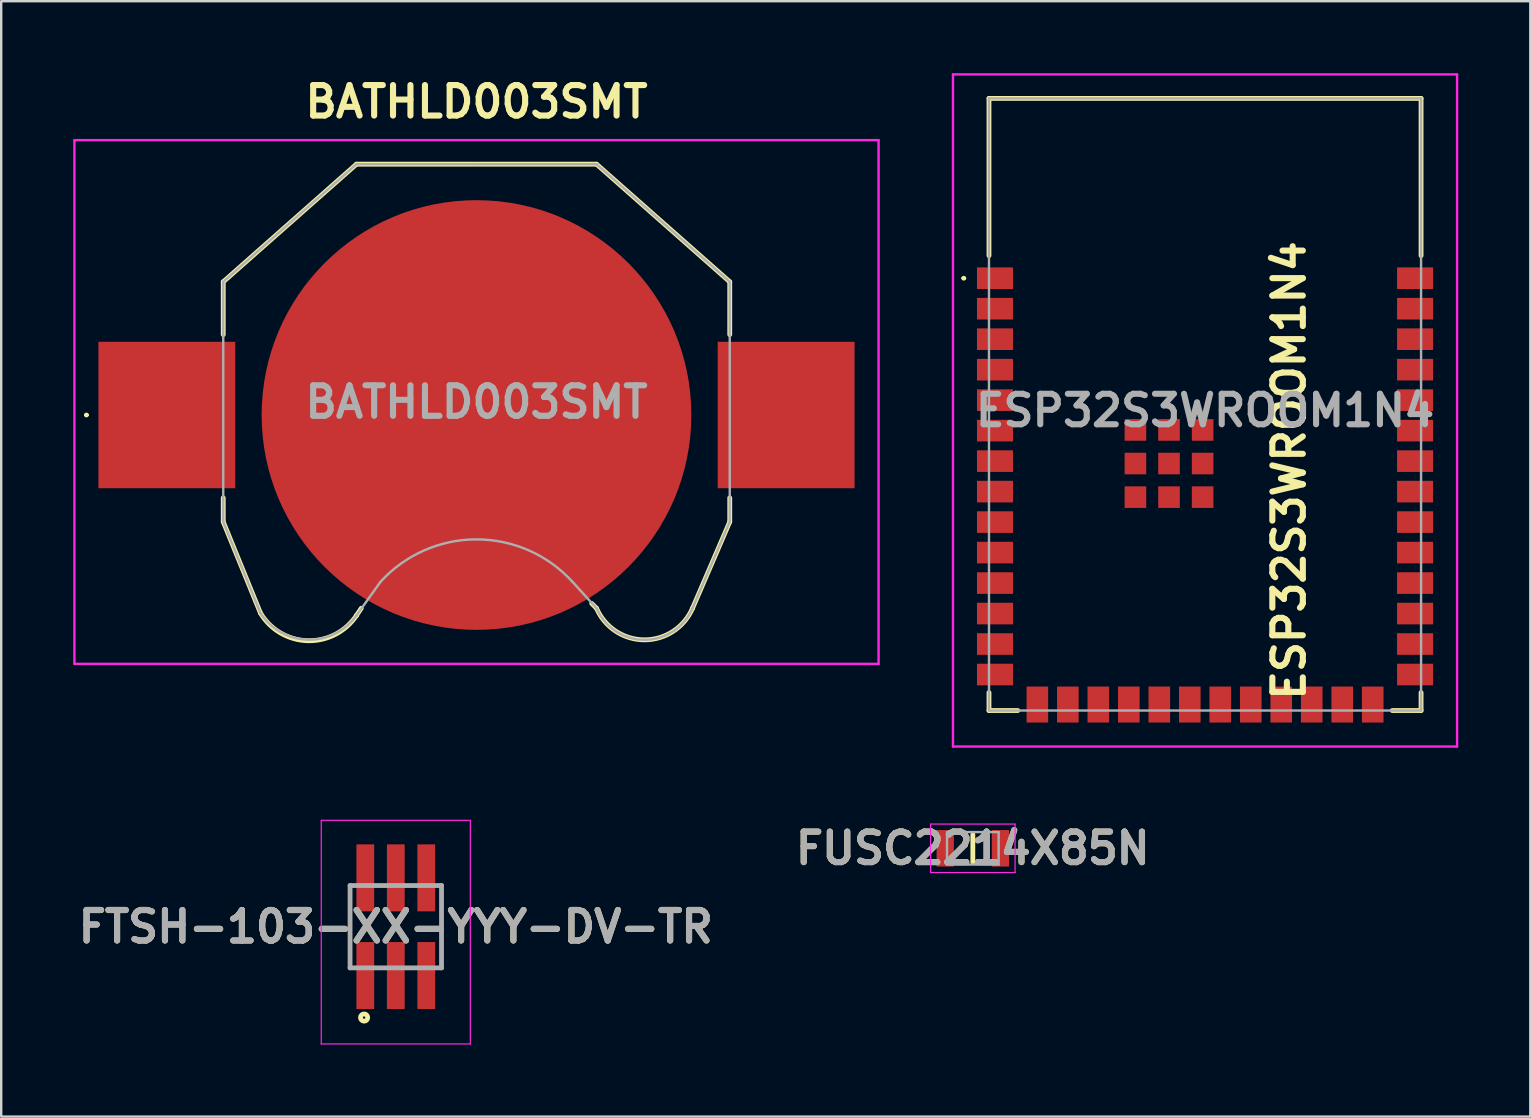
<source format=kicad_pcb>
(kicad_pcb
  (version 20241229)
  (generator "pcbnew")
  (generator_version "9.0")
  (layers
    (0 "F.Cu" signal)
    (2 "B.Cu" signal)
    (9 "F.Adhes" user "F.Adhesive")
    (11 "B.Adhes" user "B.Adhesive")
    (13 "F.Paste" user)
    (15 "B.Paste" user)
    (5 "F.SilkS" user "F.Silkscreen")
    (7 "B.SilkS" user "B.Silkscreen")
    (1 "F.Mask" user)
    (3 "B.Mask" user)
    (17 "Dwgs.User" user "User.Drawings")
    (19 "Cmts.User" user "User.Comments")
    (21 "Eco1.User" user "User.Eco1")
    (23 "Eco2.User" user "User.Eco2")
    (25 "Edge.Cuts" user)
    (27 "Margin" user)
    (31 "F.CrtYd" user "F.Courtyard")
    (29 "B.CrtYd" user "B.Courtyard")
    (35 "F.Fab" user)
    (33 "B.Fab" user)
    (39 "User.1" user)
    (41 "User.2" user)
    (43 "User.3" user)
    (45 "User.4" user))
  (footprint "ESP32S3WROOM1N4"
    (layer "F.Cu")
    (at 47.15 14.05)
    (property "Reference" "ESP32S3WROOM1N4" (at 3.5 2.5 90) (layer "F.SilkS") (effects (font (size 1.27 1.27) (thickness 0.254))))
    (attr smd)
    (fp_line (start -10.1 -5.51) (end -10.1 -5.51) (stroke (width 0.1) (type solid)) (layer "F.SilkS"))
    (fp_line (start -10 -5.51) (end -10 -5.51) (stroke (width 0.1) (type solid)) (layer "F.SilkS"))
    (fp_line (start -9 -13) (end -9 -6.45) (stroke (width 0.2) (type solid)) (layer "F.SilkS"))
    (fp_line (start -9 11.75) (end -9 12.5) (stroke (width 0.2) (type solid)) (layer "F.SilkS"))
    (fp_line (start -9 12.5) (end -7.8 12.5) (stroke (width 0.2) (type solid)) (layer "F.SilkS"))
    (fp_line (start 7.8 12.5) (end 9 12.5) (stroke (width 0.2) (type solid)) (layer "F.SilkS"))
    (fp_line (start 9 -13) (end -9 -13) (stroke (width 0.2) (type solid)) (layer "F.SilkS"))
    (fp_line (start 9 -6.45) (end 9 -13) (stroke (width 0.2) (type solid)) (layer "F.SilkS"))
    (fp_line (start 9 12.5) (end 9 11.75) (stroke (width 0.2) (type solid)) (layer "F.SilkS"))
    (fp_arc (start -10.1 -5.51) (mid -10.05 -5.56) (end -10 -5.51) (stroke (width 0.1) (type solid)) (layer "F.SilkS"))
    (fp_arc (start -10 -5.51) (mid -10.05 -5.46) (end -10.1 -5.51) (stroke (width 0.1) (type solid)) (layer "F.SilkS"))
    (fp_line (start -10.5 -14) (end 10.5 -14) (stroke (width 0.1) (type solid)) (layer "F.CrtYd"))
    (fp_line (start -10.5 14) (end -10.5 -14) (stroke (width 0.1) (type solid)) (layer "F.CrtYd"))
    (fp_line (start 10.5 -14) (end 10.5 14) (stroke (width 0.1) (type solid)) (layer "F.CrtYd"))
    (fp_line (start 10.5 14) (end -10.5 14) (stroke (width 0.1) (type solid)) (layer "F.CrtYd"))
    (fp_line (start -9 -13) (end 9 -13) (stroke (width 0.1) (type solid)) (layer "F.Fab"))
    (fp_line (start -9 12.5) (end -9 -13) (stroke (width 0.1) (type solid)) (layer "F.Fab"))
    (fp_line (start 9 -13) (end 9 12.5) (stroke (width 0.1) (type solid)) (layer "F.Fab"))
    (fp_line (start 9 12.5) (end -9 12.5) (stroke (width 0.1) (type solid)) (layer "F.Fab"))
    (fp_text user "${REFERENCE}" (at 0 0 0) (layer "F.Fab") (effects (font (size 1.27 1.27) (thickness 0.254))))
    (pad "1" smd rect (at -8.75 -5.51 90) (size 0.9 1.5) (layers "F.Cu" "F.Mask" "F.Paste"))
    (pad "2" smd rect (at -8.75 -4.24 90) (size 0.9 1.5) (layers "F.Cu" "F.Mask" "F.Paste"))
    (pad "3" smd rect (at -8.75 -2.97 90) (size 0.9 1.5) (layers "F.Cu" "F.Mask" "F.Paste"))
    (pad "4" smd rect (at -8.75 -1.7 90) (size 0.9 1.5) (layers "F.Cu" "F.Mask" "F.Paste"))
    (pad "5" smd rect (at -8.75 -0.43 90) (size 0.9 1.5) (layers "F.Cu" "F.Mask" "F.Paste"))
    (pad "6" smd rect (at -8.75 0.84 90) (size 0.9 1.5) (layers "F.Cu" "F.Mask" "F.Paste"))
    (pad "7" smd rect (at -8.75 2.11 90) (size 0.9 1.5) (layers "F.Cu" "F.Mask" "F.Paste"))
    (pad "8" smd rect (at -8.75 3.38 90) (size 0.9 1.5) (layers "F.Cu" "F.Mask" "F.Paste"))
    (pad "9" smd rect (at -8.75 4.65 90) (size 0.9 1.5) (layers "F.Cu" "F.Mask" "F.Paste"))
    (pad "10" smd rect (at -8.75 5.92 90) (size 0.9 1.5) (layers "F.Cu" "F.Mask" "F.Paste"))
    (pad "11" smd rect (at -8.75 7.19 90) (size 0.9 1.5) (layers "F.Cu" "F.Mask" "F.Paste"))
    (pad "12" smd rect (at -8.75 8.46 90) (size 0.9 1.5) (layers "F.Cu" "F.Mask" "F.Paste"))
    (pad "13" smd rect (at -8.75 9.73 90) (size 0.9 1.5) (layers "F.Cu" "F.Mask" "F.Paste"))
    (pad "14" smd rect (at -8.75 11 90) (size 0.9 1.5) (layers "F.Cu" "F.Mask" "F.Paste"))
    (pad "15" smd rect (at -6.985 12.25) (size 0.9 1.5) (layers "F.Cu" "F.Mask" "F.Paste"))
    (pad "16" smd rect (at -5.715 12.25) (size 0.9 1.5) (layers "F.Cu" "F.Mask" "F.Paste"))
    (pad "17" smd rect (at -4.445 12.25) (size 0.9 1.5) (layers "F.Cu" "F.Mask" "F.Paste"))
    (pad "18" smd rect (at -3.175 12.25) (size 0.9 1.5) (layers "F.Cu" "F.Mask" "F.Paste"))
    (pad "19" smd rect (at -1.905 12.25) (size 0.9 1.5) (layers "F.Cu" "F.Mask" "F.Paste"))
    (pad "20" smd rect (at -0.635 12.25) (size 0.9 1.5) (layers "F.Cu" "F.Mask" "F.Paste"))
    (pad "21" smd rect (at 0.635 12.25) (size 0.9 1.5) (layers "F.Cu" "F.Mask" "F.Paste"))
    (pad "22" smd rect (at 1.905 12.25) (size 0.9 1.5) (layers "F.Cu" "F.Mask" "F.Paste"))
    (pad "23" smd rect (at 3.175 12.25) (size 0.9 1.5) (layers "F.Cu" "F.Mask" "F.Paste"))
    (pad "24" smd rect (at 4.445 12.25) (size 0.9 1.5) (layers "F.Cu" "F.Mask" "F.Paste"))
    (pad "25" smd rect (at 5.715 12.25) (size 0.9 1.5) (layers "F.Cu" "F.Mask" "F.Paste"))
    (pad "26" smd rect (at 6.985 12.25) (size 0.9 1.5) (layers "F.Cu" "F.Mask" "F.Paste"))
    (pad "27" smd rect (at 8.75 11 90) (size 0.9 1.5) (layers "F.Cu" "F.Mask" "F.Paste"))
    (pad "28" smd rect (at 8.75 9.73 90) (size 0.9 1.5) (layers "F.Cu" "F.Mask" "F.Paste"))
    (pad "29" smd rect (at 8.75 8.46 90) (size 0.9 1.5) (layers "F.Cu" "F.Mask" "F.Paste"))
    (pad "30" smd rect (at 8.75 7.19 90) (size 0.9 1.5) (layers "F.Cu" "F.Mask" "F.Paste"))
    (pad "31" smd rect (at 8.75 5.92 90) (size 0.9 1.5) (layers "F.Cu" "F.Mask" "F.Paste"))
    (pad "32" smd rect (at 8.75 4.65 90) (size 0.9 1.5) (layers "F.Cu" "F.Mask" "F.Paste"))
    (pad "33" smd rect (at 8.75 3.38 90) (size 0.9 1.5) (layers "F.Cu" "F.Mask" "F.Paste"))
    (pad "34" smd rect (at 8.75 2.11 90) (size 0.9 1.5) (layers "F.Cu" "F.Mask" "F.Paste"))
    (pad "35" smd rect (at 8.75 0.84 90) (size 0.9 1.5) (layers "F.Cu" "F.Mask" "F.Paste"))
    (pad "36" smd rect (at 8.75 -0.43 90) (size 0.9 1.5) (layers "F.Cu" "F.Mask" "F.Paste"))
    (pad "37" smd rect (at 8.75 -1.7 90) (size 0.9 1.5) (layers "F.Cu" "F.Mask" "F.Paste"))
    (pad "38" smd rect (at 8.75 -2.97 90) (size 0.9 1.5) (layers "F.Cu" "F.Mask" "F.Paste"))
    (pad "39" smd rect (at 8.75 -4.24 90) (size 0.9 1.5) (layers "F.Cu" "F.Mask" "F.Paste"))
    (pad "40" smd rect (at 8.75 -5.51 90) (size 0.9 1.5) (layers "F.Cu" "F.Mask" "F.Paste"))
    (pad "41" smd rect (at -1.5 2.21) (size 0.9 0.9) (layers "F.Cu" "F.Mask" "F.Paste"))
    (pad "42" smd rect (at -0.1 2.21) (size 0.9 0.9) (layers "F.Cu" "F.Mask" "F.Paste"))
    (pad "43" smd rect (at -0.1 0.81) (size 0.9 0.9) (layers "F.Cu" "F.Mask" "F.Paste"))
    (pad "44" smd rect (at -1.5 0.81) (size 0.9 0.9) (layers "F.Cu" "F.Mask" "F.Paste"))
    (pad "45" smd rect (at -2.9 0.81) (size 0.9 0.9) (layers "F.Cu" "F.Mask" "F.Paste"))
    (pad "46" smd rect (at -2.9 2.21) (size 0.9 0.9) (layers "F.Cu" "F.Mask" "F.Paste"))
    (pad "47" smd rect (at -2.9 3.61) (size 0.9 0.9) (layers "F.Cu" "F.Mask" "F.Paste"))
    (pad "48" smd rect (at -1.5 3.61) (size 0.9 0.9) (layers "F.Cu" "F.Mask" "F.Paste"))
    (pad "49" smd rect (at -0.1 3.61) (size 0.9 0.9) (layers "F.Cu" "F.Mask" "F.Paste")))
  (footprint "FTSH-103-XX-YYY-DV-TR"
    (layer "F.Cu")
    (at 13.438 35.555)
    (property "Reference" "FTSH-103-XX-YYY-DV-TR" (at 0 0 0) (layer "F.SilkS") (effects (font (size 1.27 1.27) (thickness 0.254))))
    (attr smd)
    (fp_line (start -1.905 1.715) (end -1.905 -1.715) (stroke (width 0.1) (type solid)) (layer "F.SilkS"))
    (fp_line (start 1.905 -1.715) (end 1.905 1.715) (stroke (width 0.1) (type solid)) (layer "F.SilkS"))
    (fp_circle (center -1.32 3.785) (end -1.32 3.835) (stroke (width 0.2) (type solid)) (fill no) (layer "F.SilkS"))
    (fp_line (start -3.105 -4.43) (end 3.105 -4.43) (stroke (width 0.05) (type solid)) (layer "F.CrtYd"))
    (fp_line (start -3.105 4.885) (end -3.105 -4.43) (stroke (width 0.05) (type solid)) (layer "F.CrtYd"))
    (fp_line (start 3.105 -4.43) (end 3.105 4.885) (stroke (width 0.05) (type solid)) (layer "F.CrtYd"))
    (fp_line (start 3.105 4.885) (end -3.105 4.885) (stroke (width 0.05) (type solid)) (layer "F.CrtYd"))
    (fp_line (start -1.905 -1.715) (end 1.905 -1.715) (stroke (width 0.2) (type solid)) (layer "F.Fab"))
    (fp_line (start -1.905 1.715) (end -1.905 -1.715) (stroke (width 0.2) (type solid)) (layer "F.Fab"))
    (fp_line (start 1.905 -1.715) (end 1.905 1.715) (stroke (width 0.2) (type solid)) (layer "F.Fab"))
    (fp_line (start 1.905 1.715) (end -1.905 1.715) (stroke (width 0.2) (type solid)) (layer "F.Fab"))
    (fp_text user "${REFERENCE}" (at 0 0 0) (layer "F.Fab") (effects (font (size 1.27 1.27) (thickness 0.254))))
    (pad "1" smd rect (at -1.27 2.035) (size 0.74 2.79) (layers "F.Cu" "F.Mask" "F.Paste"))
    (pad "2" smd rect (at -1.27 -2.035) (size 0.74 2.79) (layers "F.Cu" "F.Mask" "F.Paste"))
    (pad "3" smd rect (at 0 2.035) (size 0.74 2.79) (layers "F.Cu" "F.Mask" "F.Paste"))
    (pad "4" smd rect (at 0 -2.035) (size 0.74 2.79) (layers "F.Cu" "F.Mask" "F.Paste"))
    (pad "5" smd rect (at 1.27 2.035) (size 0.74 2.79) (layers "F.Cu" "F.Mask" "F.Paste"))
    (pad "6" smd rect (at 1.27 -2.035) (size 0.74 2.79) (layers "F.Cu" "F.Mask" "F.Paste")))
  (footprint "BATHLD003SMT"
    (layer "F.Cu")
    (at 16.8 13.689)
    (property "Reference" "BATHLD003SMT" (at 0 -12.5 0) (layer "F.SilkS") (effects (font (size 1.27 1.27) (thickness 0.254))))
    (attr smd)
    (fp_line (start -16.3 0.55) (end -16.3 0.55) (stroke (width 0.1) (type solid)) (layer "F.SilkS"))
    (fp_line (start -16.2 0.55) (end -16.2 0.55) (stroke (width 0.1) (type solid)) (layer "F.SilkS"))
    (fp_line (start -10.55 -5) (end -5 -9.9) (stroke (width 0.2) (type solid)) (layer "F.SilkS"))
    (fp_line (start -10.55 -2.8) (end -10.55 -5) (stroke (width 0.2) (type solid)) (layer "F.SilkS"))
    (fp_line (start -10.55 5) (end -10.55 4) (stroke (width 0.2) (type solid)) (layer "F.SilkS"))
    (fp_line (start -9 8.8) (end -10.55 5) (stroke (width 0.2) (type solid)) (layer "F.SilkS"))
    (fp_line (start -5 -9.9) (end 5 -9.9) (stroke (width 0.2) (type solid)) (layer "F.SilkS"))
    (fp_line (start -5 8.9) (end -5 8.9) (stroke (width 0.2) (type solid)) (layer "F.SilkS"))
    (fp_line (start -4.8 8.6) (end -5 8.9) (stroke (width 0.2) (type solid)) (layer "F.SilkS"))
    (fp_line (start 5 -9.9) (end 10.55 -5) (stroke (width 0.2) (type solid)) (layer "F.SilkS"))
    (fp_line (start 5 8.6) (end 4.8 8.4) (stroke (width 0.2) (type solid)) (layer "F.SilkS"))
    (fp_line (start 9 8.6) (end 9 8.6) (stroke (width 0.2) (type solid)) (layer "F.SilkS"))
    (fp_line (start 10.55 -5) (end 10.55 -2.8) (stroke (width 0.2) (type solid)) (layer "F.SilkS"))
    (fp_line (start 10.55 4) (end 10.55 5) (stroke (width 0.2) (type solid)) (layer "F.SilkS"))
    (fp_line (start 10.55 5) (end 9 8.6) (stroke (width 0.2) (type solid)) (layer "F.SilkS"))
    (fp_arc (start -16.3 0.55) (mid -16.25 0.5) (end -16.2 0.55) (stroke (width 0.1) (type solid)) (layer "F.SilkS"))
    (fp_arc (start -16.2 0.55) (mid -16.25 0.6) (end -16.3 0.55) (stroke (width 0.1) (type solid)) (layer "F.SilkS"))
    (fp_arc (start -5 8.9) (mid -7.028098 9.952684) (end -9.000604 8.799193) (stroke (width 0.2) (type solid)) (layer "F.SilkS"))
    (fp_arc (start 9 8.6) (mid 6.999849 9.916155) (end 4.999881 8.599723) (stroke (width 0.2) (type solid)) (layer "F.SilkS"))
    (fp_line (start -16.75 -10.9) (end 16.75 -10.9) (stroke (width 0.1) (type solid)) (layer "F.CrtYd"))
    (fp_line (start -16.75 10.916) (end -16.75 -10.9) (stroke (width 0.1) (type solid)) (layer "F.CrtYd"))
    (fp_line (start 16.75 -10.9) (end 16.75 10.916) (stroke (width 0.1) (type solid)) (layer "F.CrtYd"))
    (fp_line (start 16.75 10.916) (end -16.75 10.916) (stroke (width 0.1) (type solid)) (layer "F.CrtYd"))
    (fp_line (start -10.55 -5) (end -5 -9.9) (stroke (width 0.1) (type solid)) (layer "F.Fab"))
    (fp_line (start -10.55 5) (end -10.55 -5) (stroke (width 0.1) (type solid)) (layer "F.Fab"))
    (fp_line (start -9 8.8) (end -10.55 5) (stroke (width 0.1) (type solid)) (layer "F.Fab"))
    (fp_line (start -5 -9.9) (end 0 -9.9) (stroke (width 0.1) (type solid)) (layer "F.Fab"))
    (fp_line (start -5 8.9) (end -5 8.9) (stroke (width 0.1) (type solid)) (layer "F.Fab"))
    (fp_line (start -4 7.5) (end -5 8.9) (stroke (width 0.1) (type solid)) (layer "F.Fab"))
    (fp_line (start 0 -9.9) (end 5 -9.9) (stroke (width 0.1) (type solid)) (layer "F.Fab"))
    (fp_line (start 4 7.5) (end 4 7.5) (stroke (width 0.1) (type solid)) (layer "F.Fab"))
    (fp_line (start 5 -9.9) (end 10.55 -5) (stroke (width 0.1) (type solid)) (layer "F.Fab"))
    (fp_line (start 5 8.6) (end 4 7.5) (stroke (width 0.1) (type solid)) (layer "F.Fab"))
    (fp_line (start 9 8.6) (end 9 8.6) (stroke (width 0.1) (type solid)) (layer "F.Fab"))
    (fp_line (start 10.55 -5) (end 10.55 5) (stroke (width 0.1) (type solid)) (layer "F.Fab"))
    (fp_line (start 10.55 5) (end 9 8.6) (stroke (width 0.1) (type solid)) (layer "F.Fab"))
    (fp_arc (start -5 8.9) (mid -7.026795 9.910884) (end -9.000168 8.799317) (stroke (width 0.1) (type solid)) (layer "F.Fab"))
    (fp_arc (start -4.003141 7.503458) (mid -0.002336 5.730566) (end 4 7.5) (stroke (width 0.1) (type solid)) (layer "F.Fab"))
    (fp_arc (start 9 8.6) (mid 6.999849 9.916155) (end 4.999881 8.599723) (stroke (width 0.1) (type solid)) (layer "F.Fab"))
    (fp_text user "${REFERENCE}" (at 0 0.008 0) (layer "F.Fab") (effects (font (size 1.27 1.27) (thickness 0.254))))
    (pad "1" smd rect (at -12.9 0.55) (size 5.7 6.1) (layers "F.Cu" "F.Mask" "F.Paste"))
    (pad "2" smd rect (at 12.9 0.55) (size 5.7 6.1) (layers "F.Cu" "F.Mask" "F.Paste"))
    (pad "3" smd circle (at 0 0.55 90) (size 17.9 17.9) (layers "F.Cu" "F.Mask" "F.Paste")))
  (footprint "FUSC2214X85N"
    (layer "F.Cu")
    (at 37.477 32.289)
    (property "Reference" "FUSC2214X85N" (at 0 0 0) (layer "F.SilkS") (effects (font (size 1.27 1.27) (thickness 0.254))))
    (attr smd)
    (fp_line (start 0 -0.575) (end 0 0.575) (stroke (width 0.2) (type solid)) (layer "F.SilkS"))
    (fp_line (start -1.76 -1.01) (end 1.76 -1.01) (stroke (width 0.05) (type solid)) (layer "F.CrtYd"))
    (fp_line (start -1.76 1.01) (end -1.76 -1.01) (stroke (width 0.05) (type solid)) (layer "F.CrtYd"))
    (fp_line (start 1.76 -1.01) (end 1.76 1.01) (stroke (width 0.05) (type solid)) (layer "F.CrtYd"))
    (fp_line (start 1.76 1.01) (end -1.76 1.01) (stroke (width 0.05) (type solid)) (layer "F.CrtYd"))
    (fp_line (start -1.075 -0.675) (end 1.075 -0.675) (stroke (width 0.1) (type solid)) (layer "F.Fab"))
    (fp_line (start -1.075 0.675) (end -1.075 -0.675) (stroke (width 0.1) (type solid)) (layer "F.Fab"))
    (fp_line (start 1.075 -0.675) (end 1.075 0.675) (stroke (width 0.1) (type solid)) (layer "F.Fab"))
    (fp_line (start 1.075 0.675) (end -1.075 0.675) (stroke (width 0.1) (type solid)) (layer "F.Fab"))
    (fp_text user "${REFERENCE}" (at 0 0 0) (layer "F.Fab") (effects (font (size 1.27 1.27) (thickness 0.254))))
    (pad "1" smd rect (at -1.15 0) (size 0.72 1.52) (layers "F.Cu" "F.Mask" "F.Paste"))
    (pad "2" smd rect (at 1.15 0) (size 0.72 1.52) (layers "F.Cu" "F.Mask" "F.Paste")))
  (gr_rect
    (start -3 -3)
    (end 60.7 43.465)
    (stroke (width 0.1) (type default))
    (fill no)
    (layer "Edge.Cuts")))
</source>
